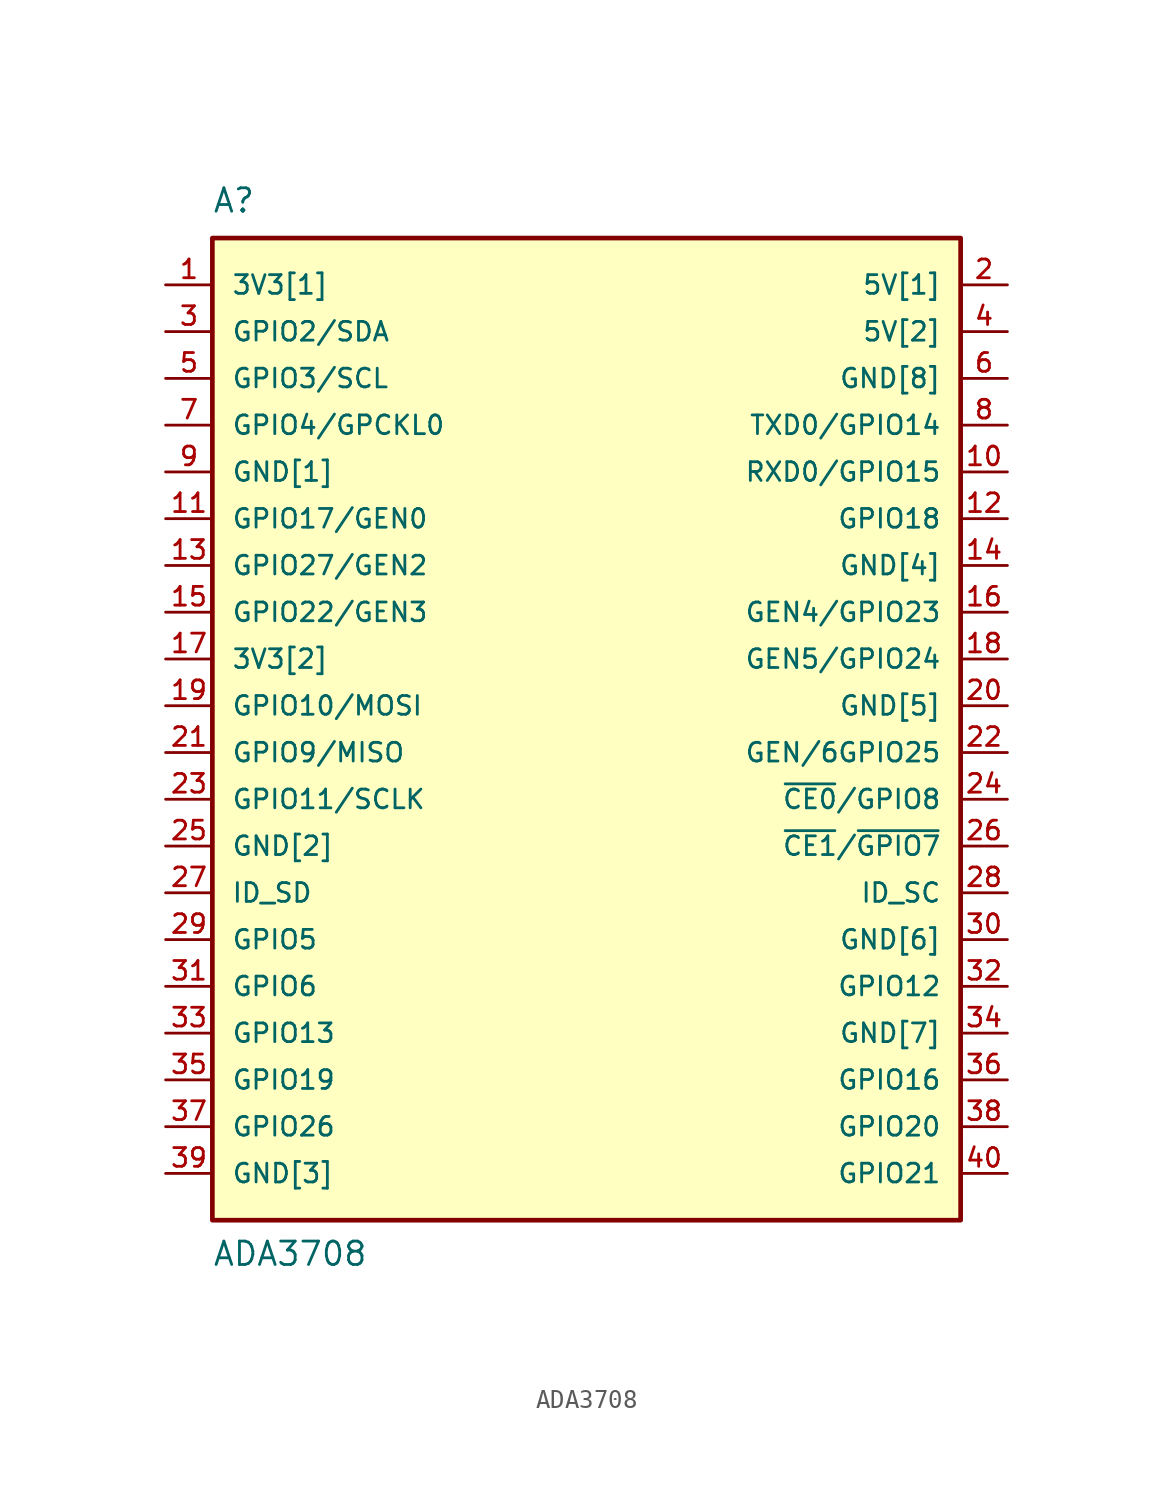
<source format=kicad_sym>
(kicad_symbol_lib
  (version 20211014)
  (generator kicad_symbol_editor)
  (symbol "ADA3708"
    (pin_names
      (offset 1.016))
    (property "Reference" "A"
      (at -20.34 26.696 0)
      (effects (font (size 1.27 1.27)) (justify bottom left)))
    (property "Value" "ADA3708"
      (at -20.339 -30.509 0)
      (effects (font (size 1.27 1.27)) (justify bottom left)))
    (symbol "ADA3708_0_0"
      (rectangle (start -20.32 -27.94) (end 20.32 25.4) (stroke (width 0.254)) (fill (type background)))
      (pin power_in line (at 22.86 22.86 180.0) (length 2.54) (name "5V[1]" (effects (font (size 1.016 1.016)))) (number "2" (effects (font (size 1.016 1.016)))))
      (pin power_in line (at -22.86 22.86 0) (length 2.54) (name "3V3[1]" (effects (font (size 1.016 1.016)))) (number "1" (effects (font (size 1.016 1.016)))))
      (pin bidirectional line (at -22.86 20.32 0) (length 2.54) (name "GPIO2/SDA" (effects (font (size 1.016 1.016)))) (number "3" (effects (font (size 1.016 1.016)))))
      (pin power_in line (at 22.86 20.32 180.0) (length 2.54) (name "5V[2]" (effects (font (size 1.016 1.016)))) (number "4" (effects (font (size 1.016 1.016)))))
      (pin bidirectional line (at -22.86 17.78 0) (length 2.54) (name "GPIO3/SCL" (effects (font (size 1.016 1.016)))) (number "5" (effects (font (size 1.016 1.016)))))
      (pin power_in line (at 22.86 17.78 180.0) (length 2.54) (name "GND[8]" (effects (font (size 1.016 1.016)))) (number "6" (effects (font (size 1.016 1.016)))))
      (pin bidirectional line (at -22.86 15.24 0) (length 2.54) (name "GPIO4/GPCKL0" (effects (font (size 1.016 1.016)))) (number "7" (effects (font (size 1.016 1.016)))))
      (pin bidirectional line (at 22.86 15.24 180.0) (length 2.54) (name "TXD0/GPIO14" (effects (font (size 1.016 1.016)))) (number "8" (effects (font (size 1.016 1.016)))))
      (pin power_in line (at -22.86 12.7 0) (length 2.54) (name "GND[1]" (effects (font (size 1.016 1.016)))) (number "9" (effects (font (size 1.016 1.016)))))
      (pin bidirectional line (at 22.86 12.7 180.0) (length 2.54) (name "RXD0/GPIO15" (effects (font (size 1.016 1.016)))) (number "10" (effects (font (size 1.016 1.016)))))
      (pin bidirectional line (at -22.86 10.16 0) (length 2.54) (name "GPIO17/GEN0" (effects (font (size 1.016 1.016)))) (number "11" (effects (font (size 1.016 1.016)))))
      (pin bidirectional line (at 22.86 10.16 180.0) (length 2.54) (name "GPIO18" (effects (font (size 1.016 1.016)))) (number "12" (effects (font (size 1.016 1.016)))))
      (pin bidirectional line (at -22.86 7.62 0) (length 2.54) (name "GPIO27/GEN2" (effects (font (size 1.016 1.016)))) (number "13" (effects (font (size 1.016 1.016)))))
      (pin power_in line (at 22.86 7.62 180.0) (length 2.54) (name "GND[4]" (effects (font (size 1.016 1.016)))) (number "14" (effects (font (size 1.016 1.016)))))
      (pin bidirectional line (at -22.86 5.08 0) (length 2.54) (name "GPIO22/GEN3" (effects (font (size 1.016 1.016)))) (number "15" (effects (font (size 1.016 1.016)))))
      (pin bidirectional line (at 22.86 5.08 180.0) (length 2.54) (name "GEN4/GPIO23" (effects (font (size 1.016 1.016)))) (number "16" (effects (font (size 1.016 1.016)))))
      (pin power_in line (at -22.86 2.54 0) (length 2.54) (name "3V3[2]" (effects (font (size 1.016 1.016)))) (number "17" (effects (font (size 1.016 1.016)))))
      (pin bidirectional line (at 22.86 2.54 180.0) (length 2.54) (name "GEN5/GPIO24" (effects (font (size 1.016 1.016)))) (number "18" (effects (font (size 1.016 1.016)))))
      (pin bidirectional line (at -22.86 0.0 0) (length 2.54) (name "GPIO10/MOSI" (effects (font (size 1.016 1.016)))) (number "19" (effects (font (size 1.016 1.016)))))
      (pin power_in line (at 22.86 0.0 180.0) (length 2.54) (name "GND[5]" (effects (font (size 1.016 1.016)))) (number "20" (effects (font (size 1.016 1.016)))))
      (pin bidirectional line (at -22.86 -2.54 0) (length 2.54) (name "GPIO9/MISO" (effects (font (size 1.016 1.016)))) (number "21" (effects (font (size 1.016 1.016)))))
      (pin bidirectional line (at 22.86 -2.54 180.0) (length 2.54) (name "GEN/6GPIO25" (effects (font (size 1.016 1.016)))) (number "22" (effects (font (size 1.016 1.016)))))
      (pin bidirectional line (at -22.86 -5.08 0) (length 2.54) (name "GPIO11/SCLK" (effects (font (size 1.016 1.016)))) (number "23" (effects (font (size 1.016 1.016)))))
      (pin bidirectional line (at 22.86 -5.08 180.0) (length 2.54) (name "~{CE0}/GPIO8" (effects (font (size 1.016 1.016)))) (number "24" (effects (font (size 1.016 1.016)))))
      (pin power_in line (at -22.86 -7.62 0) (length 2.54) (name "GND[2]" (effects (font (size 1.016 1.016)))) (number "25" (effects (font (size 1.016 1.016)))))
      (pin bidirectional line (at 22.86 -7.62 180.0) (length 2.54) (name "~{CE1}/~{GPIO7}" (effects (font (size 1.016 1.016)))) (number "26" (effects (font (size 1.016 1.016)))))
      (pin bidirectional line (at -22.86 -10.16 0) (length 2.54) (name "ID_SD" (effects (font (size 1.016 1.016)))) (number "27" (effects (font (size 1.016 1.016)))))
      (pin bidirectional line (at 22.86 -10.16 180.0) (length 2.54) (name "ID_SC" (effects (font (size 1.016 1.016)))) (number "28" (effects (font (size 1.016 1.016)))))
      (pin bidirectional line (at -22.86 -12.7 0) (length 2.54) (name "GPIO5" (effects (font (size 1.016 1.016)))) (number "29" (effects (font (size 1.016 1.016)))))
      (pin power_in line (at 22.86 -12.7 180.0) (length 2.54) (name "GND[6]" (effects (font (size 1.016 1.016)))) (number "30" (effects (font (size 1.016 1.016)))))
      (pin bidirectional line (at -22.86 -15.24 0) (length 2.54) (name "GPIO6" (effects (font (size 1.016 1.016)))) (number "31" (effects (font (size 1.016 1.016)))))
      (pin bidirectional line (at 22.86 -15.24 180.0) (length 2.54) (name "GPIO12" (effects (font (size 1.016 1.016)))) (number "32" (effects (font (size 1.016 1.016)))))
      (pin bidirectional line (at -22.86 -17.78 0) (length 2.54) (name "GPIO13" (effects (font (size 1.016 1.016)))) (number "33" (effects (font (size 1.016 1.016)))))
      (pin power_in line (at 22.86 -17.78 180.0) (length 2.54) (name "GND[7]" (effects (font (size 1.016 1.016)))) (number "34" (effects (font (size 1.016 1.016)))))
      (pin bidirectional line (at -22.86 -20.32 0) (length 2.54) (name "GPIO19" (effects (font (size 1.016 1.016)))) (number "35" (effects (font (size 1.016 1.016)))))
      (pin bidirectional line (at 22.86 -20.32 180.0) (length 2.54) (name "GPIO16" (effects (font (size 1.016 1.016)))) (number "36" (effects (font (size 1.016 1.016)))))
      (pin bidirectional line (at -22.86 -22.86 0) (length 2.54) (name "GPIO26" (effects (font (size 1.016 1.016)))) (number "37" (effects (font (size 1.016 1.016)))))
      (pin bidirectional line (at 22.86 -22.86 180.0) (length 2.54) (name "GPIO20" (effects (font (size 1.016 1.016)))) (number "38" (effects (font (size 1.016 1.016)))))
      (pin power_in line (at -22.86 -25.4 0) (length 2.54) (name "GND[3]" (effects (font (size 1.016 1.016)))) (number "39" (effects (font (size 1.016 1.016)))))
      (pin bidirectional line (at 22.86 -25.4 180.0) (length 2.54) (name "GPIO21" (effects (font (size 1.016 1.016)))) (number "40" (effects (font (size 1.016 1.016))))))))
</source>
